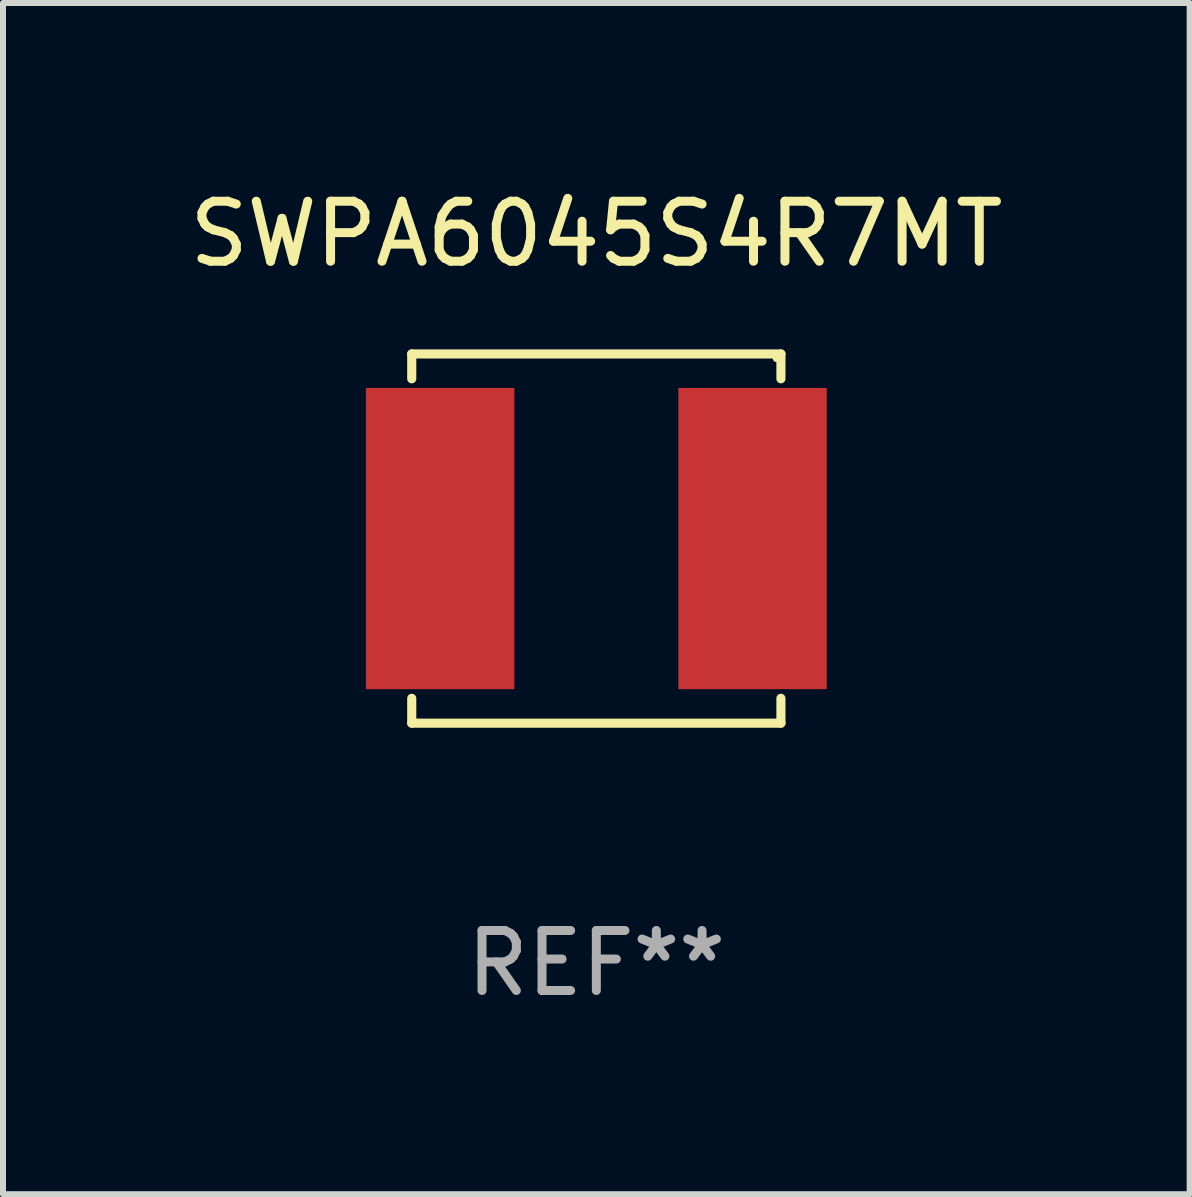
<source format=kicad_pcb>
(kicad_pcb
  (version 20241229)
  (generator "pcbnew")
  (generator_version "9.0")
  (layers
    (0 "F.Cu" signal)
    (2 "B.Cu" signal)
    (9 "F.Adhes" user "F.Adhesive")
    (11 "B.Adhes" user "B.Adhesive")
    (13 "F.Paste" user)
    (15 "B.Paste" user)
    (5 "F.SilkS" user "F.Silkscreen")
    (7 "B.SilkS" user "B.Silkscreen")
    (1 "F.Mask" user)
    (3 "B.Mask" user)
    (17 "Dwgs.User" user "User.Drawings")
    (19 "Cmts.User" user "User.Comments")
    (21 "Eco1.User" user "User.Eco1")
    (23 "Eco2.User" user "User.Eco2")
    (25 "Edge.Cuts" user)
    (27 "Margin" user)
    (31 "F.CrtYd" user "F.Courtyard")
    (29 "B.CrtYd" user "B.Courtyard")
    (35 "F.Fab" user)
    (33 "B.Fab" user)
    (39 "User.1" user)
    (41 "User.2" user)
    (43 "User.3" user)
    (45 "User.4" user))
  (footprint "SWPA6045S4R7MT"
    (layer "F.Cu")
    (at 6.887 5.924)
    (property "Reference" "SWPA6045S4R7MT" (at 0 -5.076 0) (layer "F.SilkS") (effects (font (size 1 1) (thickness 0.15))))
    (attr through_hole)
    (fp_line (start -3.076 -3.076) (end 3.076 -3.076) (stroke (width 0.152) (type solid)) (layer "F.SilkS"))
    (fp_line (start -3.076 -2.662) (end -3.076 -3.076) (stroke (width 0.152) (type solid)) (layer "F.SilkS"))
    (fp_line (start -3.076 2.662) (end -3.076 3.076) (stroke (width 0.152) (type solid)) (layer "F.SilkS"))
    (fp_line (start -3.076 3.076) (end 3.076 3.076) (stroke (width 0.152) (type solid)) (layer "F.SilkS"))
    (fp_line (start 3.076 -3.076) (end 3.076 -2.662) (stroke (width 0.152) (type solid)) (layer "F.SilkS"))
    (fp_line (start 3.076 3.076) (end 3.076 2.662) (stroke (width 0.152) (type solid)) (layer "F.SilkS"))
    (fp_circle (center 3 -3) (end 3.03 -3) (stroke (width 0.06) (type solid)) (fill no) (layer "F.SilkS"))
    (fp_text user "REF**" (at 0 7.076 0) (layer "F.Fab") (effects (font (size 1 1) (thickness 0.15))))
    (pad "1" smd rect (at 2.603 0) (size 2.474 5.02) (layers "F.Cu" "F.Mask" "F.Paste"))
    (pad "2" smd rect (at -2.603 0) (size 2.474 5.02) (layers "F.Cu" "F.Mask" "F.Paste")))
  (gr_rect
    (start -3 -3)
    (end 16.774 16.849)
    (stroke (width 0.1) (type default))
    (fill no)
    (layer "Edge.Cuts")))
</source>
